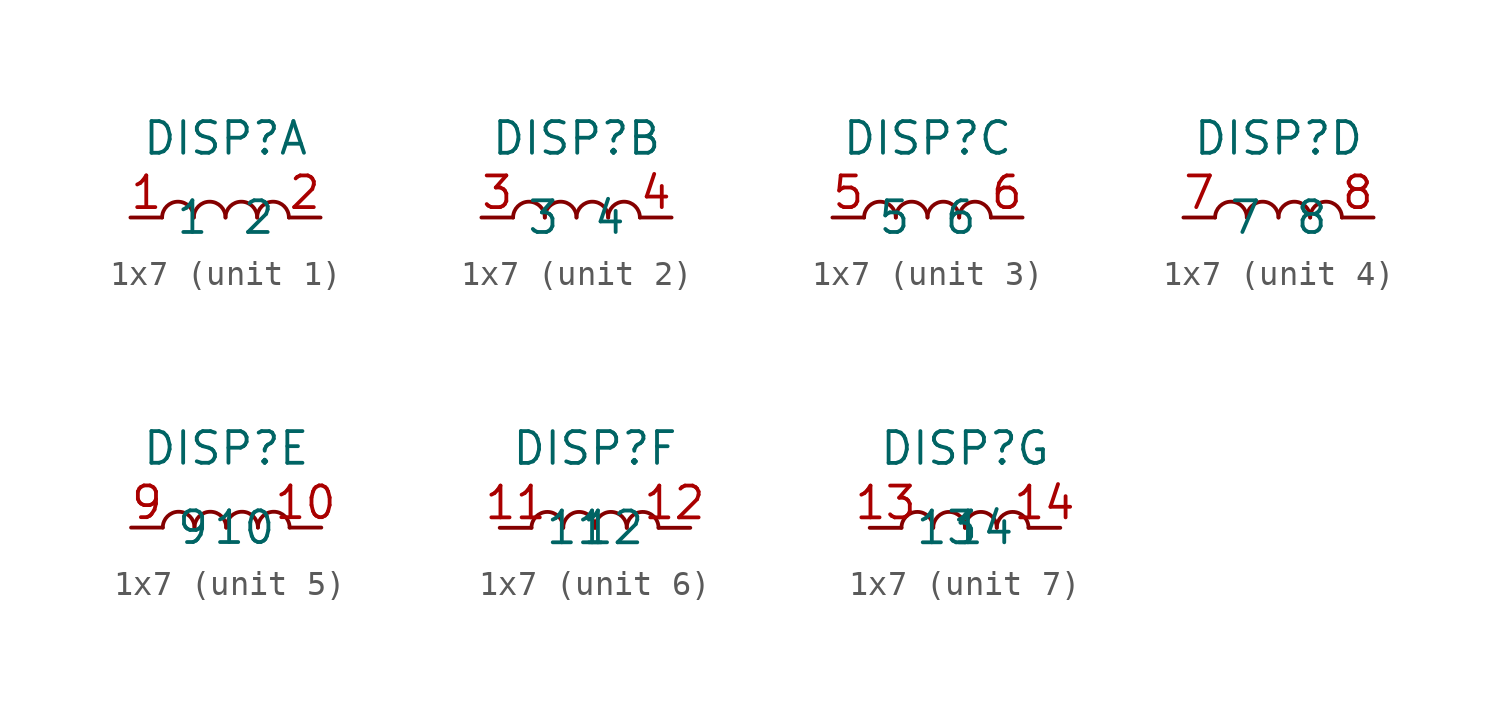
<source format=kicad_sym>
(kicad_symbol_lib
  (version 20220914)
  (generator kicad_symbol_editor)
  (symbol "1x7"
    (property "Reference" "DISP"
      (at 0 3.175 0)
      (effects (font (size 1.27 1.27))))
    (property "ki_locked" ""
      (at 0 0 0)
      (effects (font (size 1.27 1.27))))
    (symbol "1x7_0_1"
      (arc (start -1.27 0) (mid -1.905 0.6323) (end -2.54 0) (stroke (width 0) (type default)) (fill (type none)))
      (arc (start 0 0) (mid -0.635 0.6323) (end -1.27 0) (stroke (width 0) (type default)) (fill (type none)))
      (arc (start 1.27 0) (mid 0.635 0.6323) (end 0 0) (stroke (width 0) (type default)) (fill (type none)))
      (arc (start 2.54 0) (mid 1.905 0.6323) (end 1.27 0) (stroke (width 0) (type default)) (fill (type none))))
    (symbol "1x7_1_1"
      (pin passive line (at -3.81 0 0) (length 1.27) (name "1" (effects (font (size 1.27 1.27)))) (number "1" (effects (font (size 1.27 1.27)))))
      (pin passive line (at 3.81 0 180) (length 1.27) (name "2" (effects (font (size 1.27 1.27)))) (number "2" (effects (font (size 1.27 1.27))))))
    (symbol "1x7_2_1"
      (pin passive line (at -3.81 0 0) (length 1.27) (name "3" (effects (font (size 1.27 1.27)))) (number "3" (effects (font (size 1.27 1.27)))))
      (pin passive line (at 3.81 0 180) (length 1.27) (name "4" (effects (font (size 1.27 1.27)))) (number "4" (effects (font (size 1.27 1.27))))))
    (symbol "1x7_3_1"
      (pin passive line (at -3.81 0 0) (length 1.27) (name "5" (effects (font (size 1.27 1.27)))) (number "5" (effects (font (size 1.27 1.27)))))
      (pin passive line (at 3.81 0 180) (length 1.27) (name "6" (effects (font (size 1.27 1.27)))) (number "6" (effects (font (size 1.27 1.27))))))
    (symbol "1x7_4_1"
      (pin passive line (at -3.81 0 0) (length 1.27) (name "7" (effects (font (size 1.27 1.27)))) (number "7" (effects (font (size 1.27 1.27)))))
      (pin passive line (at 3.81 0 180) (length 1.27) (name "8" (effects (font (size 1.27 1.27)))) (number "8" (effects (font (size 1.27 1.27))))))
    (symbol "1x7_5_1"
      (pin passive line (at 3.81 0 180) (length 1.27) (name "10" (effects (font (size 1.27 1.27)))) (number "10" (effects (font (size 1.27 1.27)))))
      (pin passive line (at -3.81 0 0) (length 1.27) (name "9" (effects (font (size 1.27 1.27)))) (number "9" (effects (font (size 1.27 1.27))))))
    (symbol "1x7_6_1"
      (pin passive line (at -3.81 0 0) (length 1.27) (name "11" (effects (font (size 1.27 1.27)))) (number "11" (effects (font (size 1.27 1.27)))))
      (pin passive line (at 3.81 0 180) (length 1.27) (name "12" (effects (font (size 1.27 1.27)))) (number "12" (effects (font (size 1.27 1.27))))))
    (symbol "1x7_7_1"
      (pin passive line (at -3.81 0 0) (length 1.27) (name "13" (effects (font (size 1.27 1.27)))) (number "13" (effects (font (size 1.27 1.27)))))
      (pin passive line (at 3.81 0 180) (length 1.27) (name "14" (effects (font (size 1.27 1.27)))) (number "14" (effects (font (size 1.27 1.27))))))))
</source>
